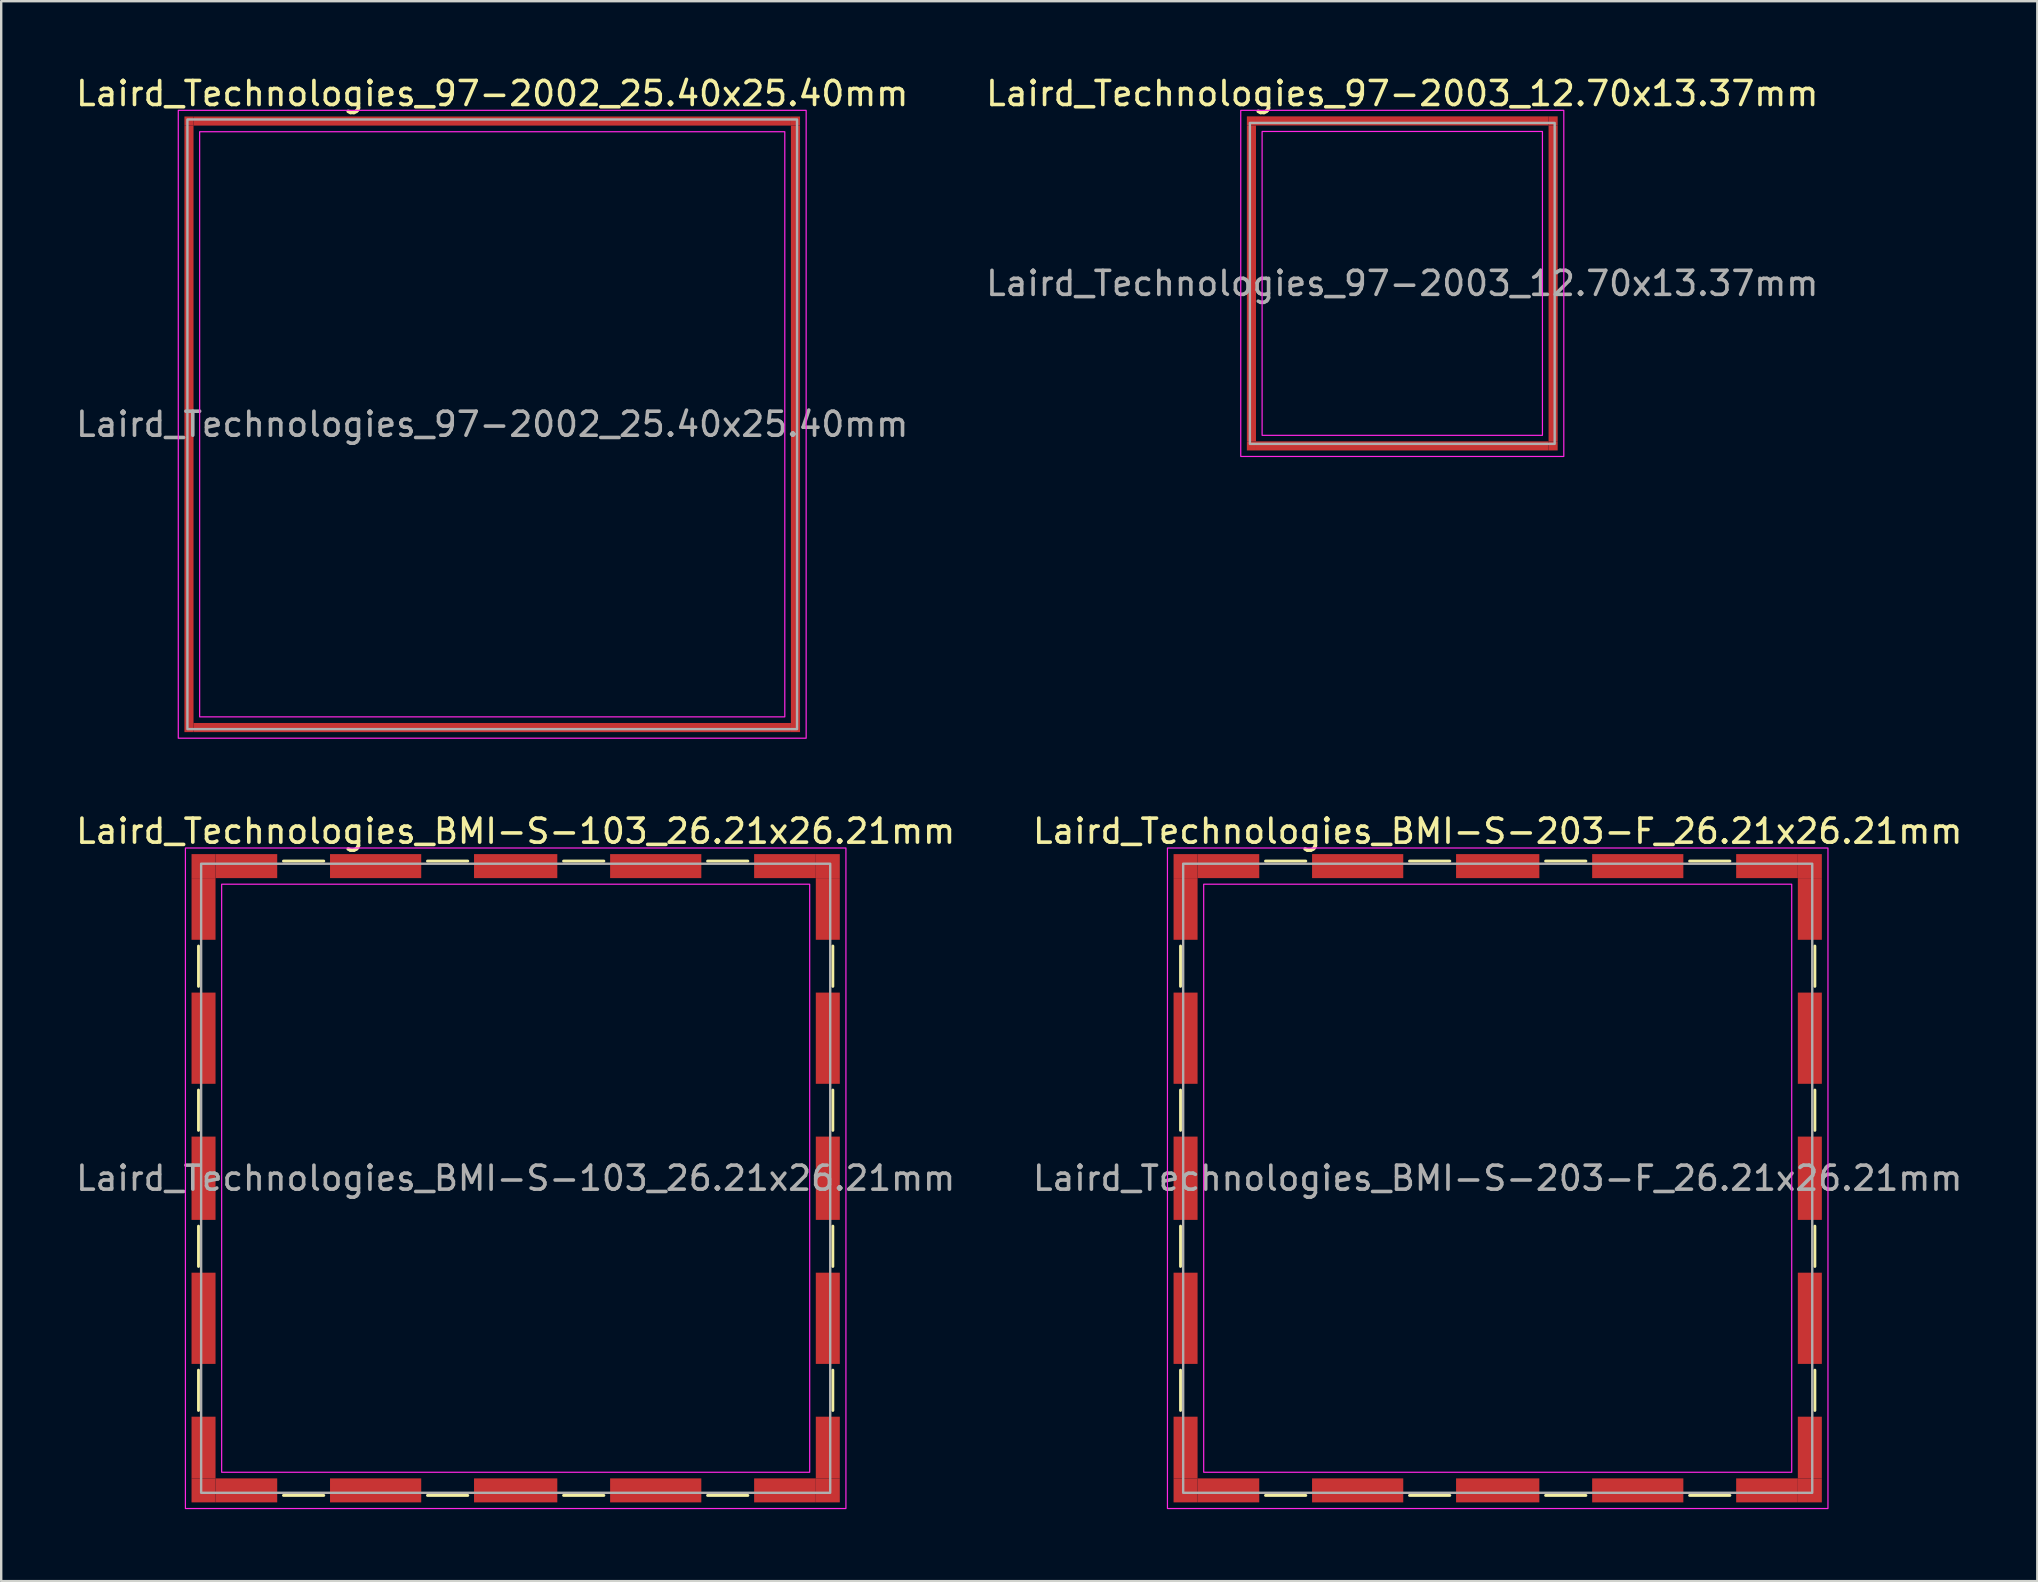
<source format=kicad_pcb>
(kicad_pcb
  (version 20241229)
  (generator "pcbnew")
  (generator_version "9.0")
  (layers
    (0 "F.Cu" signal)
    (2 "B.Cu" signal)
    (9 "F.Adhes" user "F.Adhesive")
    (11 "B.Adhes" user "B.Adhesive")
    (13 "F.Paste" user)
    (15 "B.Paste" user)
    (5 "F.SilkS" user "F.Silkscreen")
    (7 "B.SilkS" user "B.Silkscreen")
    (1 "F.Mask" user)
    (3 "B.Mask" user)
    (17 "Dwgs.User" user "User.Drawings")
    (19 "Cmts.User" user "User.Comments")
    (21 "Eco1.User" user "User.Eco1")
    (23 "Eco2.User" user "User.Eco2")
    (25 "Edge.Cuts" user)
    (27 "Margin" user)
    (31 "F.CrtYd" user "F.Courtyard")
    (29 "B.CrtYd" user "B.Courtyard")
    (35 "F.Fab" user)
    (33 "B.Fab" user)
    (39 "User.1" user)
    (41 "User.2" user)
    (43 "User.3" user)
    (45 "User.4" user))
  (footprint "Laird_Technologies_BMI-S-203-F_26.21x26.21mm"
    (layer "F.Cu")
    (at 59.351 46.041)
    (property "Reference" "Laird_Technologies_BMI-S-203-F_26.21x26.21mm" (at 0 -14.46 0) (layer "F.SilkS") (effects (font (size 1 1) (thickness 0.15))))
    (attr smd)
    (fp_line (start -13.215 -9.675) (end -13.215 -7.995) (stroke (width 0.12) (type solid)) (layer "F.SilkS"))
    (fp_line (start -13.215 -3.675) (end -13.215 -1.995) (stroke (width 0.12) (type solid)) (layer "F.SilkS"))
    (fp_line (start -13.215 1.995) (end -13.215 3.675) (stroke (width 0.12) (type solid)) (layer "F.SilkS"))
    (fp_line (start -13.215 7.995) (end -13.215 9.675) (stroke (width 0.12) (type solid)) (layer "F.SilkS"))
    (fp_line (start -9.675 -13.215) (end -7.995 -13.215) (stroke (width 0.12) (type solid)) (layer "F.SilkS"))
    (fp_line (start -9.675 13.215) (end -7.995 13.215) (stroke (width 0.12) (type solid)) (layer "F.SilkS"))
    (fp_line (start -3.675 -13.215) (end -1.995 -13.215) (stroke (width 0.12) (type solid)) (layer "F.SilkS"))
    (fp_line (start -3.675 13.215) (end -1.995 13.215) (stroke (width 0.12) (type solid)) (layer "F.SilkS"))
    (fp_line (start 1.995 -13.215) (end 3.675 -13.215) (stroke (width 0.12) (type solid)) (layer "F.SilkS"))
    (fp_line (start 1.995 13.215) (end 3.675 13.215) (stroke (width 0.12) (type solid)) (layer "F.SilkS"))
    (fp_line (start 7.995 -13.215) (end 9.675 -13.215) (stroke (width 0.12) (type solid)) (layer "F.SilkS"))
    (fp_line (start 7.995 13.215) (end 9.675 13.215) (stroke (width 0.12) (type solid)) (layer "F.SilkS"))
    (fp_line (start 13.215 -9.675) (end 13.215 -7.995) (stroke (width 0.12) (type solid)) (layer "F.SilkS"))
    (fp_line (start 13.215 -3.675) (end 13.215 -1.995) (stroke (width 0.12) (type solid)) (layer "F.SilkS"))
    (fp_line (start 13.215 1.995) (end 13.215 3.675) (stroke (width 0.12) (type solid)) (layer "F.SilkS"))
    (fp_line (start 13.215 7.995) (end 13.215 9.675) (stroke (width 0.12) (type solid)) (layer "F.SilkS"))
    (fp_rect (start -13.76 -13.76) (end 13.76 13.76) (stroke (width 0.05) (type solid)) (fill no) (layer "F.CrtYd"))
    (fp_rect (start -12.25 -12.25) (end 12.25 12.25) (stroke (width 0.05) (type solid)) (fill no) (layer "F.CrtYd"))
    (fp_rect (start -13.105 -13.105) (end 13.105 13.105) (stroke (width 0.1) (type solid)) (fill no) (layer "F.Fab"))
    (fp_text user "${REFERENCE}" (at 0 0 0) (layer "F.Fab") (effects (font (size 1 1) (thickness 0.15))))
    (pad "1" smd rect (at -13.005 -13.005) (size 1 1) (layers "F.Cu" "F.Mask" "F.Paste"))
    (pad "1" smd rect (at -13.005 -11.22) (size 1 2.57) (layers "F.Cu" "F.Mask" "F.Paste"))
    (pad "1" smd rect (at -13.005 -5.835) (size 1 3.8) (layers "F.Cu" "F.Mask" "F.Paste"))
    (pad "1" smd rect (at -13.005 0) (size 1 3.47) (layers "F.Cu" "F.Mask" "F.Paste"))
    (pad "1" smd rect (at -13.005 5.835) (size 1 3.8) (layers "F.Cu" "F.Mask" "F.Paste"))
    (pad "1" smd rect (at -13.005 11.22) (size 1 2.57) (layers "F.Cu" "F.Mask" "F.Paste"))
    (pad "1" smd rect (at -13.005 13.005) (size 1 1) (layers "F.Cu" "F.Mask" "F.Paste"))
    (pad "1" smd rect (at -11.22 -13.005) (size 2.57 1) (layers "F.Cu" "F.Mask" "F.Paste"))
    (pad "1" smd rect (at -11.22 13.005) (size 2.57 1) (layers "F.Cu" "F.Mask" "F.Paste"))
    (pad "1" smd rect (at -5.835 -13.005) (size 3.8 1) (layers "F.Cu" "F.Mask" "F.Paste"))
    (pad "1" smd rect (at -5.835 13.005) (size 3.8 1) (layers "F.Cu" "F.Mask" "F.Paste"))
    (pad "1" smd rect (at 0 -13.005) (size 3.47 1) (layers "F.Cu" "F.Mask" "F.Paste"))
    (pad "1" smd rect (at 0 13.005) (size 3.47 1) (layers "F.Cu" "F.Mask" "F.Paste"))
    (pad "1" smd rect (at 5.835 -13.005) (size 3.8 1) (layers "F.Cu" "F.Mask" "F.Paste"))
    (pad "1" smd rect (at 5.835 13.005) (size 3.8 1) (layers "F.Cu" "F.Mask" "F.Paste"))
    (pad "1" smd rect (at 11.22 -13.005) (size 2.57 1) (layers "F.Cu" "F.Mask" "F.Paste"))
    (pad "1" smd rect (at 11.22 13.005) (size 2.57 1) (layers "F.Cu" "F.Mask" "F.Paste"))
    (pad "1" smd rect (at 13.005 -13.005) (size 1 1) (layers "F.Cu" "F.Mask" "F.Paste"))
    (pad "1" smd rect (at 13.005 -11.22) (size 1 2.57) (layers "F.Cu" "F.Mask" "F.Paste"))
    (pad "1" smd rect (at 13.005 -5.835) (size 1 3.8) (layers "F.Cu" "F.Mask" "F.Paste"))
    (pad "1" smd rect (at 13.005 0) (size 1 3.47) (layers "F.Cu" "F.Mask" "F.Paste"))
    (pad "1" smd rect (at 13.005 5.835) (size 1 3.8) (layers "F.Cu" "F.Mask" "F.Paste"))
    (pad "1" smd rect (at 13.005 11.22) (size 1 2.57) (layers "F.Cu" "F.Mask" "F.Paste"))
    (pad "1" smd rect (at 13.005 13.005) (size 1 1) (layers "F.Cu" "F.Mask" "F.Paste")))
  (footprint "Laird_Technologies_97-2002_25.40x25.40mm"
    (layer "F.Cu")
    (at 17.458 14.628)
    (property "Reference" "Laird_Technologies_97-2002_25.40x25.40mm" (at 0 -13.78 0) (layer "F.SilkS") (effects (font (size 1 1) (thickness 0.15))))
    (attr smd)
    (fp_rect (start -13.08 -13.08) (end 13.08 13.08) (stroke (width 0.05) (type solid)) (fill no) (layer "F.CrtYd"))
    (fp_rect (start -12.19 -12.19) (end 12.19 12.19) (stroke (width 0.05) (type solid)) (fill no) (layer "F.CrtYd"))
    (fp_rect (start -12.7 -12.7) (end 12.7 12.7) (stroke (width 0.1) (type solid)) (fill no) (layer "F.Fab"))
    (fp_text user "${REFERENCE}" (at 0 0 0) (layer "F.Fab") (effects (font (size 1 1) (thickness 0.15))))
    (pad "1" smd rect (at -12.635 -12.635) (size 0.38 0.38) (layers "F.Cu" "F.Mask" "F.Paste"))
    (pad "1" smd rect (at -12.635 0) (size 0.38 24.89) (layers "F.Cu" "F.Mask" "F.Paste"))
    (pad "1" smd rect (at -12.635 12.635) (size 0.38 0.38) (layers "F.Cu" "F.Mask" "F.Paste"))
    (pad "1" smd rect (at 0 -12.635) (size 24.89 0.38) (layers "F.Cu" "F.Mask" "F.Paste"))
    (pad "1" smd rect (at 0 12.635) (size 24.89 0.38) (layers "F.Cu" "F.Mask" "F.Paste"))
    (pad "1" smd rect (at 12.635 -12.635) (size 0.38 0.38) (layers "F.Cu" "F.Mask" "F.Paste"))
    (pad "1" smd rect (at 12.635 0) (size 0.38 24.89) (layers "F.Cu" "F.Mask" "F.Paste"))
    (pad "1" smd rect (at 12.635 12.635) (size 0.38 0.38) (layers "F.Cu" "F.Mask" "F.Paste")))
  (footprint "Laird_Technologies_97-2003_12.70x13.37mm"
    (layer "F.Cu")
    (at 55.375 8.758)
    (property "Reference" "Laird_Technologies_97-2003_12.70x13.37mm" (at 0 -7.91 0) (layer "F.SilkS") (effects (font (size 1 1) (thickness 0.15))))
    (attr smd)
    (fp_rect (start -6.73 -7.21) (end 6.73 7.21) (stroke (width 0.05) (type solid)) (fill no) (layer "F.CrtYd"))
    (fp_rect (start -5.84 -6.33) (end 5.84 6.33) (stroke (width 0.05) (type solid)) (fill no) (layer "F.CrtYd"))
    (fp_rect (start -6.35 -6.685) (end 6.35 6.685) (stroke (width 0.1) (type solid)) (fill no) (layer "F.Fab"))
    (fp_text user "${REFERENCE}" (at 0 0 0) (layer "F.Fab") (effects (font (size 1 1) (thickness 0.15))))
    (pad "1" smd rect (at -6.285 -6.77) (size 0.38 0.38) (layers "F.Cu" "F.Mask" "F.Paste"))
    (pad "1" smd rect (at -6.285 0) (size 0.38 13.16) (layers "F.Cu" "F.Mask" "F.Paste"))
    (pad "1" smd rect (at -6.285 6.77) (size 0.38 0.38) (layers "F.Cu" "F.Mask" "F.Paste"))
    (pad "1" smd rect (at 0 -6.77) (size 12.19 0.38) (layers "F.Cu" "F.Mask" "F.Paste"))
    (pad "1" smd rect (at 0 6.77) (size 12.19 0.38) (layers "F.Cu" "F.Mask" "F.Paste"))
    (pad "1" smd rect (at 6.285 -6.77) (size 0.38 0.38) (layers "F.Cu" "F.Mask" "F.Paste"))
    (pad "1" smd rect (at 6.285 0) (size 0.38 13.16) (layers "F.Cu" "F.Mask" "F.Paste"))
    (pad "1" smd rect (at 6.285 6.77) (size 0.38 0.38) (layers "F.Cu" "F.Mask" "F.Paste")))
  (footprint "Laird_Technologies_BMI-S-103_26.21x26.21mm"
    (layer "F.Cu")
    (at 18.435 46.041)
    (property "Reference" "Laird_Technologies_BMI-S-103_26.21x26.21mm" (at 0 -14.46 0) (layer "F.SilkS") (effects (font (size 1 1) (thickness 0.15))))
    (attr smd)
    (fp_line (start -13.215 -9.675) (end -13.215 -7.995) (stroke (width 0.12) (type solid)) (layer "F.SilkS"))
    (fp_line (start -13.215 -3.675) (end -13.215 -1.995) (stroke (width 0.12) (type solid)) (layer "F.SilkS"))
    (fp_line (start -13.215 1.995) (end -13.215 3.675) (stroke (width 0.12) (type solid)) (layer "F.SilkS"))
    (fp_line (start -13.215 7.995) (end -13.215 9.675) (stroke (width 0.12) (type solid)) (layer "F.SilkS"))
    (fp_line (start -9.675 -13.215) (end -7.995 -13.215) (stroke (width 0.12) (type solid)) (layer "F.SilkS"))
    (fp_line (start -9.675 13.215) (end -7.995 13.215) (stroke (width 0.12) (type solid)) (layer "F.SilkS"))
    (fp_line (start -3.675 -13.215) (end -1.995 -13.215) (stroke (width 0.12) (type solid)) (layer "F.SilkS"))
    (fp_line (start -3.675 13.215) (end -1.995 13.215) (stroke (width 0.12) (type solid)) (layer "F.SilkS"))
    (fp_line (start 1.995 -13.215) (end 3.675 -13.215) (stroke (width 0.12) (type solid)) (layer "F.SilkS"))
    (fp_line (start 1.995 13.215) (end 3.675 13.215) (stroke (width 0.12) (type solid)) (layer "F.SilkS"))
    (fp_line (start 7.995 -13.215) (end 9.675 -13.215) (stroke (width 0.12) (type solid)) (layer "F.SilkS"))
    (fp_line (start 7.995 13.215) (end 9.675 13.215) (stroke (width 0.12) (type solid)) (layer "F.SilkS"))
    (fp_line (start 13.215 -9.675) (end 13.215 -7.995) (stroke (width 0.12) (type solid)) (layer "F.SilkS"))
    (fp_line (start 13.215 -3.675) (end 13.215 -1.995) (stroke (width 0.12) (type solid)) (layer "F.SilkS"))
    (fp_line (start 13.215 1.995) (end 13.215 3.675) (stroke (width 0.12) (type solid)) (layer "F.SilkS"))
    (fp_line (start 13.215 7.995) (end 13.215 9.675) (stroke (width 0.12) (type solid)) (layer "F.SilkS"))
    (fp_rect (start -13.76 -13.76) (end 13.76 13.76) (stroke (width 0.05) (type solid)) (fill no) (layer "F.CrtYd"))
    (fp_rect (start -12.25 -12.25) (end 12.25 12.25) (stroke (width 0.05) (type solid)) (fill no) (layer "F.CrtYd"))
    (fp_rect (start -13.105 -13.105) (end 13.105 13.105) (stroke (width 0.1) (type solid)) (fill no) (layer "F.Fab"))
    (fp_text user "${REFERENCE}" (at 0 0 0) (layer "F.Fab") (effects (font (size 1 1) (thickness 0.15))))
    (pad "1" smd rect (at -13.005 -13.005) (size 1 1) (layers "F.Cu" "F.Mask" "F.Paste"))
    (pad "1" smd rect (at -13.005 -11.22) (size 1 2.57) (layers "F.Cu" "F.Mask" "F.Paste"))
    (pad "1" smd rect (at -13.005 -5.835) (size 1 3.8) (layers "F.Cu" "F.Mask" "F.Paste"))
    (pad "1" smd rect (at -13.005 0) (size 1 3.47) (layers "F.Cu" "F.Mask" "F.Paste"))
    (pad "1" smd rect (at -13.005 5.835) (size 1 3.8) (layers "F.Cu" "F.Mask" "F.Paste"))
    (pad "1" smd rect (at -13.005 11.22) (size 1 2.57) (layers "F.Cu" "F.Mask" "F.Paste"))
    (pad "1" smd rect (at -13.005 13.005) (size 1 1) (layers "F.Cu" "F.Mask" "F.Paste"))
    (pad "1" smd rect (at -11.22 -13.005) (size 2.57 1) (layers "F.Cu" "F.Mask" "F.Paste"))
    (pad "1" smd rect (at -11.22 13.005) (size 2.57 1) (layers "F.Cu" "F.Mask" "F.Paste"))
    (pad "1" smd rect (at -5.835 -13.005) (size 3.8 1) (layers "F.Cu" "F.Mask" "F.Paste"))
    (pad "1" smd rect (at -5.835 13.005) (size 3.8 1) (layers "F.Cu" "F.Mask" "F.Paste"))
    (pad "1" smd rect (at 0 -13.005) (size 3.47 1) (layers "F.Cu" "F.Mask" "F.Paste"))
    (pad "1" smd rect (at 0 13.005) (size 3.47 1) (layers "F.Cu" "F.Mask" "F.Paste"))
    (pad "1" smd rect (at 5.835 -13.005) (size 3.8 1) (layers "F.Cu" "F.Mask" "F.Paste"))
    (pad "1" smd rect (at 5.835 13.005) (size 3.8 1) (layers "F.Cu" "F.Mask" "F.Paste"))
    (pad "1" smd rect (at 11.22 -13.005) (size 2.57 1) (layers "F.Cu" "F.Mask" "F.Paste"))
    (pad "1" smd rect (at 11.22 13.005) (size 2.57 1) (layers "F.Cu" "F.Mask" "F.Paste"))
    (pad "1" smd rect (at 13.005 -13.005) (size 1 1) (layers "F.Cu" "F.Mask" "F.Paste"))
    (pad "1" smd rect (at 13.005 -11.22) (size 1 2.57) (layers "F.Cu" "F.Mask" "F.Paste"))
    (pad "1" smd rect (at 13.005 -5.835) (size 1 3.8) (layers "F.Cu" "F.Mask" "F.Paste"))
    (pad "1" smd rect (at 13.005 0) (size 1 3.47) (layers "F.Cu" "F.Mask" "F.Paste"))
    (pad "1" smd rect (at 13.005 5.835) (size 1 3.8) (layers "F.Cu" "F.Mask" "F.Paste"))
    (pad "1" smd rect (at 13.005 11.22) (size 1 2.57) (layers "F.Cu" "F.Mask" "F.Paste"))
    (pad "1" smd rect (at 13.005 13.005) (size 1 1) (layers "F.Cu" "F.Mask" "F.Paste")))
  (gr_rect
    (start -3 -3)
    (end 81.833 62.827)
    (stroke (width 0.1) (type default))
    (fill no)
    (layer "Edge.Cuts")))
</source>
